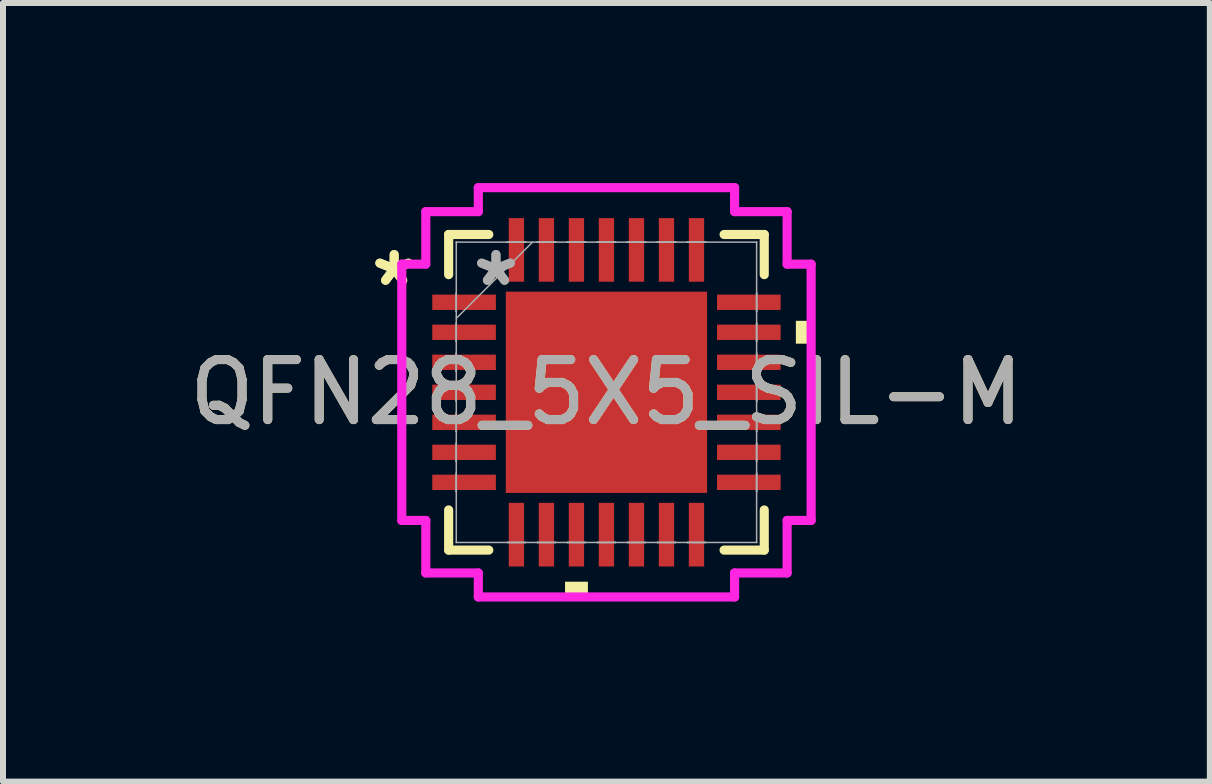
<source format=kicad_pcb>
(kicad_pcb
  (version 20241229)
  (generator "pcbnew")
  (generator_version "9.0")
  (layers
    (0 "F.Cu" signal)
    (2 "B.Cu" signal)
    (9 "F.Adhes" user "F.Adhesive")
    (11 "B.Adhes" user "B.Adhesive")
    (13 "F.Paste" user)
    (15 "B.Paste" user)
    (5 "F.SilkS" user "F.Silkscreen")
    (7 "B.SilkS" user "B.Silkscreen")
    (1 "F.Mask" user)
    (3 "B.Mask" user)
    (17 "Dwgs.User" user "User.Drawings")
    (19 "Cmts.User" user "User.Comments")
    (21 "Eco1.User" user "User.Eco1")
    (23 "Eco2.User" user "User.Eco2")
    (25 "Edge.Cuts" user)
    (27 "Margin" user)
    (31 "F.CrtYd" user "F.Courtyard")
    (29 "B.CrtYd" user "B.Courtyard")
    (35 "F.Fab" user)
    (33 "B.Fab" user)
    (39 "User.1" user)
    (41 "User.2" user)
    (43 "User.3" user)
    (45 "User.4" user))
  (footprint "QFN28_5X5_SIL-M"
    (layer "F.Cu")
    (at 7.054 3.486)
    (property "Reference" "QFN28_5X5_SIL-M" (at 0 0 0) (unlocked yes) (layer "F.SilkS") (effects (font (size 1 1) (thickness 0.15))))
    (attr smd)
    (fp_line (start -2.629 -2.629) (end -2.629 -1.96) (stroke (width 0.152) (type solid)) (layer "F.SilkS"))
    (fp_line (start -2.629 1.96) (end -2.629 2.629) (stroke (width 0.152) (type solid)) (layer "F.SilkS"))
    (fp_line (start -2.629 2.629) (end -1.96 2.629) (stroke (width 0.152) (type solid)) (layer "F.SilkS"))
    (fp_line (start -1.96 -2.629) (end -2.629 -2.629) (stroke (width 0.152) (type solid)) (layer "F.SilkS"))
    (fp_line (start 1.96 2.629) (end 2.629 2.629) (stroke (width 0.152) (type solid)) (layer "F.SilkS"))
    (fp_line (start 2.629 -2.629) (end 1.96 -2.629) (stroke (width 0.152) (type solid)) (layer "F.SilkS"))
    (fp_line (start 2.629 -1.96) (end 2.629 -2.629) (stroke (width 0.152) (type solid)) (layer "F.SilkS"))
    (fp_line (start 2.629 2.629) (end 2.629 1.96) (stroke (width 0.152) (type solid)) (layer "F.SilkS"))
    (fp_poly (pts (xy -0.69 3.156) (xy -0.69 3.41) (xy -0.309 3.41) (xy -0.309 3.156)) (stroke (width 0) (type solid)) (fill yes) (layer "F.SilkS"))
    (fp_poly (pts (xy 3.41 -1.191) (xy 3.41 -0.81) (xy 3.156 -0.81) (xy 3.156 -1.191)) (stroke (width 0) (type solid)) (fill yes) (layer "F.SilkS"))
    (fp_poly (pts (xy -1.576 -1.576) (xy -1.576 -0.1) (xy -0.1 -0.1) (xy -0.1 -1.576)) (stroke (width 0) (type solid)) (fill yes) (layer "F.Paste"))
    (fp_poly (pts (xy -1.576 0.1) (xy -1.576 1.576) (xy -0.1 1.576) (xy -0.1 0.1)) (stroke (width 0) (type solid)) (fill yes) (layer "F.Paste"))
    (fp_poly (pts (xy 0.1 -1.576) (xy 0.1 -0.1) (xy 1.576 -0.1) (xy 1.576 -1.576)) (stroke (width 0) (type solid)) (fill yes) (layer "F.Paste"))
    (fp_poly (pts (xy 0.1 0.1) (xy 0.1 1.576) (xy 1.576 1.576) (xy 1.576 0.1)) (stroke (width 0) (type solid)) (fill yes) (layer "F.Paste"))
    (fp_line (start -3.41 -2.135) (end -3.01 -2.135) (stroke (width 0.152) (type solid)) (layer "F.CrtYd"))
    (fp_line (start -3.41 2.135) (end -3.41 -2.135) (stroke (width 0.152) (type solid)) (layer "F.CrtYd"))
    (fp_line (start -3.01 -3.01) (end -2.135 -3.01) (stroke (width 0.152) (type solid)) (layer "F.CrtYd"))
    (fp_line (start -3.01 -2.135) (end -3.01 -3.01) (stroke (width 0.152) (type solid)) (layer "F.CrtYd"))
    (fp_line (start -3.01 2.135) (end -3.41 2.135) (stroke (width 0.152) (type solid)) (layer "F.CrtYd"))
    (fp_line (start -3.01 3.01) (end -3.01 2.135) (stroke (width 0.152) (type solid)) (layer "F.CrtYd"))
    (fp_line (start -2.135 -3.41) (end 2.135 -3.41) (stroke (width 0.152) (type solid)) (layer "F.CrtYd"))
    (fp_line (start -2.135 -3.01) (end -2.135 -3.41) (stroke (width 0.152) (type solid)) (layer "F.CrtYd"))
    (fp_line (start -2.135 3.01) (end -3.01 3.01) (stroke (width 0.152) (type solid)) (layer "F.CrtYd"))
    (fp_line (start -2.135 3.41) (end -2.135 3.01) (stroke (width 0.152) (type solid)) (layer "F.CrtYd"))
    (fp_line (start 2.135 -3.41) (end 2.135 -3.01) (stroke (width 0.152) (type solid)) (layer "F.CrtYd"))
    (fp_line (start 2.135 -3.01) (end 3.01 -3.01) (stroke (width 0.152) (type solid)) (layer "F.CrtYd"))
    (fp_line (start 2.135 3.01) (end 2.135 3.41) (stroke (width 0.152) (type solid)) (layer "F.CrtYd"))
    (fp_line (start 2.135 3.41) (end -2.135 3.41) (stroke (width 0.152) (type solid)) (layer "F.CrtYd"))
    (fp_line (start 3.01 -3.01) (end 3.01 -2.135) (stroke (width 0.152) (type solid)) (layer "F.CrtYd"))
    (fp_line (start 3.01 -2.135) (end 3.41 -2.135) (stroke (width 0.152) (type solid)) (layer "F.CrtYd"))
    (fp_line (start 3.01 2.135) (end 3.01 3.01) (stroke (width 0.152) (type solid)) (layer "F.CrtYd"))
    (fp_line (start 3.01 3.01) (end 2.135 3.01) (stroke (width 0.152) (type solid)) (layer "F.CrtYd"))
    (fp_line (start 3.41 -2.135) (end 3.41 2.135) (stroke (width 0.152) (type solid)) (layer "F.CrtYd"))
    (fp_line (start 3.41 2.135) (end 3.01 2.135) (stroke (width 0.152) (type solid)) (layer "F.CrtYd"))
    (fp_line (start -2.502 -2.502) (end -2.502 -2.502) (stroke (width 0.025) (type solid)) (layer "F.Fab"))
    (fp_line (start -2.502 -2.502) (end -2.502 2.502) (stroke (width 0.025) (type solid)) (layer "F.Fab"))
    (fp_line (start -2.502 -1.652) (end -2.502 -1.652) (stroke (width 0.025) (type solid)) (layer "F.Fab"))
    (fp_line (start -2.502 -1.652) (end -2.502 -1.348) (stroke (width 0.025) (type solid)) (layer "F.Fab"))
    (fp_line (start -2.502 -1.348) (end -2.502 -1.652) (stroke (width 0.025) (type solid)) (layer "F.Fab"))
    (fp_line (start -2.502 -1.348) (end -2.502 -1.348) (stroke (width 0.025) (type solid)) (layer "F.Fab"))
    (fp_line (start -2.502 -1.232) (end -1.232 -2.502) (stroke (width 0.025) (type solid)) (layer "F.Fab"))
    (fp_line (start -2.502 -1.152) (end -2.502 -1.152) (stroke (width 0.025) (type solid)) (layer "F.Fab"))
    (fp_line (start -2.502 -1.152) (end -2.502 -0.848) (stroke (width 0.025) (type solid)) (layer "F.Fab"))
    (fp_line (start -2.502 -0.848) (end -2.502 -1.152) (stroke (width 0.025) (type solid)) (layer "F.Fab"))
    (fp_line (start -2.502 -0.848) (end -2.502 -0.848) (stroke (width 0.025) (type solid)) (layer "F.Fab"))
    (fp_line (start -2.502 -0.652) (end -2.502 -0.652) (stroke (width 0.025) (type solid)) (layer "F.Fab"))
    (fp_line (start -2.502 -0.652) (end -2.502 -0.348) (stroke (width 0.025) (type solid)) (layer "F.Fab"))
    (fp_line (start -2.502 -0.348) (end -2.502 -0.652) (stroke (width 0.025) (type solid)) (layer "F.Fab"))
    (fp_line (start -2.502 -0.348) (end -2.502 -0.348) (stroke (width 0.025) (type solid)) (layer "F.Fab"))
    (fp_line (start -2.502 -0.152) (end -2.502 -0.152) (stroke (width 0.025) (type solid)) (layer "F.Fab"))
    (fp_line (start -2.502 -0.152) (end -2.502 0.152) (stroke (width 0.025) (type solid)) (layer "F.Fab"))
    (fp_line (start -2.502 0.152) (end -2.502 -0.152) (stroke (width 0.025) (type solid)) (layer "F.Fab"))
    (fp_line (start -2.502 0.152) (end -2.502 0.152) (stroke (width 0.025) (type solid)) (layer "F.Fab"))
    (fp_line (start -2.502 0.348) (end -2.502 0.348) (stroke (width 0.025) (type solid)) (layer "F.Fab"))
    (fp_line (start -2.502 0.348) (end -2.502 0.652) (stroke (width 0.025) (type solid)) (layer "F.Fab"))
    (fp_line (start -2.502 0.652) (end -2.502 0.348) (stroke (width 0.025) (type solid)) (layer "F.Fab"))
    (fp_line (start -2.502 0.652) (end -2.502 0.652) (stroke (width 0.025) (type solid)) (layer "F.Fab"))
    (fp_line (start -2.502 0.848) (end -2.502 0.848) (stroke (width 0.025) (type solid)) (layer "F.Fab"))
    (fp_line (start -2.502 0.848) (end -2.502 1.152) (stroke (width 0.025) (type solid)) (layer "F.Fab"))
    (fp_line (start -2.502 1.152) (end -2.502 0.848) (stroke (width 0.025) (type solid)) (layer "F.Fab"))
    (fp_line (start -2.502 1.152) (end -2.502 1.152) (stroke (width 0.025) (type solid)) (layer "F.Fab"))
    (fp_line (start -2.502 1.348) (end -2.502 1.348) (stroke (width 0.025) (type solid)) (layer "F.Fab"))
    (fp_line (start -2.502 1.348) (end -2.502 1.652) (stroke (width 0.025) (type solid)) (layer "F.Fab"))
    (fp_line (start -2.502 1.652) (end -2.502 1.348) (stroke (width 0.025) (type solid)) (layer "F.Fab"))
    (fp_line (start -2.502 1.652) (end -2.502 1.652) (stroke (width 0.025) (type solid)) (layer "F.Fab"))
    (fp_line (start -2.502 2.502) (end -2.502 2.502) (stroke (width 0.025) (type solid)) (layer "F.Fab"))
    (fp_line (start -2.502 2.502) (end 2.502 2.502) (stroke (width 0.025) (type solid)) (layer "F.Fab"))
    (fp_line (start -1.652 -2.502) (end -1.652 -2.502) (stroke (width 0.025) (type solid)) (layer "F.Fab"))
    (fp_line (start -1.652 -2.502) (end -1.348 -2.502) (stroke (width 0.025) (type solid)) (layer "F.Fab"))
    (fp_line (start -1.652 2.502) (end -1.652 2.502) (stroke (width 0.025) (type solid)) (layer "F.Fab"))
    (fp_line (start -1.652 2.502) (end -1.348 2.502) (stroke (width 0.025) (type solid)) (layer "F.Fab"))
    (fp_line (start -1.348 -2.502) (end -1.652 -2.502) (stroke (width 0.025) (type solid)) (layer "F.Fab"))
    (fp_line (start -1.348 -2.502) (end -1.348 -2.502) (stroke (width 0.025) (type solid)) (layer "F.Fab"))
    (fp_line (start -1.348 2.502) (end -1.652 2.502) (stroke (width 0.025) (type solid)) (layer "F.Fab"))
    (fp_line (start -1.348 2.502) (end -1.348 2.502) (stroke (width 0.025) (type solid)) (layer "F.Fab"))
    (fp_line (start -1.152 -2.502) (end -1.152 -2.502) (stroke (width 0.025) (type solid)) (layer "F.Fab"))
    (fp_line (start -1.152 -2.502) (end -0.848 -2.502) (stroke (width 0.025) (type solid)) (layer "F.Fab"))
    (fp_line (start -1.152 2.502) (end -1.152 2.502) (stroke (width 0.025) (type solid)) (layer "F.Fab"))
    (fp_line (start -1.152 2.502) (end -0.848 2.502) (stroke (width 0.025) (type solid)) (layer "F.Fab"))
    (fp_line (start -0.848 -2.502) (end -1.152 -2.502) (stroke (width 0.025) (type solid)) (layer "F.Fab"))
    (fp_line (start -0.848 -2.502) (end -0.848 -2.502) (stroke (width 0.025) (type solid)) (layer "F.Fab"))
    (fp_line (start -0.848 2.502) (end -1.152 2.502) (stroke (width 0.025) (type solid)) (layer "F.Fab"))
    (fp_line (start -0.848 2.502) (end -0.848 2.502) (stroke (width 0.025) (type solid)) (layer "F.Fab"))
    (fp_line (start -0.652 -2.502) (end -0.652 -2.502) (stroke (width 0.025) (type solid)) (layer "F.Fab"))
    (fp_line (start -0.652 -2.502) (end -0.348 -2.502) (stroke (width 0.025) (type solid)) (layer "F.Fab"))
    (fp_line (start -0.652 2.502) (end -0.652 2.502) (stroke (width 0.025) (type solid)) (layer "F.Fab"))
    (fp_line (start -0.652 2.502) (end -0.348 2.502) (stroke (width 0.025) (type solid)) (layer "F.Fab"))
    (fp_line (start -0.348 -2.502) (end -0.652 -2.502) (stroke (width 0.025) (type solid)) (layer "F.Fab"))
    (fp_line (start -0.348 -2.502) (end -0.348 -2.502) (stroke (width 0.025) (type solid)) (layer "F.Fab"))
    (fp_line (start -0.348 2.502) (end -0.652 2.502) (stroke (width 0.025) (type solid)) (layer "F.Fab"))
    (fp_line (start -0.348 2.502) (end -0.348 2.502) (stroke (width 0.025) (type solid)) (layer "F.Fab"))
    (fp_line (start -0.152 -2.502) (end -0.152 -2.502) (stroke (width 0.025) (type solid)) (layer "F.Fab"))
    (fp_line (start -0.152 -2.502) (end 0.152 -2.502) (stroke (width 0.025) (type solid)) (layer "F.Fab"))
    (fp_line (start -0.152 2.502) (end -0.152 2.502) (stroke (width 0.025) (type solid)) (layer "F.Fab"))
    (fp_line (start -0.152 2.502) (end 0.152 2.502) (stroke (width 0.025) (type solid)) (layer "F.Fab"))
    (fp_line (start 0.152 -2.502) (end -0.152 -2.502) (stroke (width 0.025) (type solid)) (layer "F.Fab"))
    (fp_line (start 0.152 -2.502) (end 0.152 -2.502) (stroke (width 0.025) (type solid)) (layer "F.Fab"))
    (fp_line (start 0.152 2.502) (end -0.152 2.502) (stroke (width 0.025) (type solid)) (layer "F.Fab"))
    (fp_line (start 0.152 2.502) (end 0.152 2.502) (stroke (width 0.025) (type solid)) (layer "F.Fab"))
    (fp_line (start 0.348 -2.502) (end 0.348 -2.502) (stroke (width 0.025) (type solid)) (layer "F.Fab"))
    (fp_line (start 0.348 -2.502) (end 0.652 -2.502) (stroke (width 0.025) (type solid)) (layer "F.Fab"))
    (fp_line (start 0.348 2.502) (end 0.348 2.502) (stroke (width 0.025) (type solid)) (layer "F.Fab"))
    (fp_line (start 0.348 2.502) (end 0.652 2.502) (stroke (width 0.025) (type solid)) (layer "F.Fab"))
    (fp_line (start 0.652 -2.502) (end 0.348 -2.502) (stroke (width 0.025) (type solid)) (layer "F.Fab"))
    (fp_line (start 0.652 -2.502) (end 0.652 -2.502) (stroke (width 0.025) (type solid)) (layer "F.Fab"))
    (fp_line (start 0.652 2.502) (end 0.348 2.502) (stroke (width 0.025) (type solid)) (layer "F.Fab"))
    (fp_line (start 0.652 2.502) (end 0.652 2.502) (stroke (width 0.025) (type solid)) (layer "F.Fab"))
    (fp_line (start 0.848 -2.502) (end 0.848 -2.502) (stroke (width 0.025) (type solid)) (layer "F.Fab"))
    (fp_line (start 0.848 -2.502) (end 1.152 -2.502) (stroke (width 0.025) (type solid)) (layer "F.Fab"))
    (fp_line (start 0.848 2.502) (end 0.848 2.502) (stroke (width 0.025) (type solid)) (layer "F.Fab"))
    (fp_line (start 0.848 2.502) (end 1.152 2.502) (stroke (width 0.025) (type solid)) (layer "F.Fab"))
    (fp_line (start 1.152 -2.502) (end 0.848 -2.502) (stroke (width 0.025) (type solid)) (layer "F.Fab"))
    (fp_line (start 1.152 -2.502) (end 1.152 -2.502) (stroke (width 0.025) (type solid)) (layer "F.Fab"))
    (fp_line (start 1.152 2.502) (end 0.848 2.502) (stroke (width 0.025) (type solid)) (layer "F.Fab"))
    (fp_line (start 1.152 2.502) (end 1.152 2.502) (stroke (width 0.025) (type solid)) (layer "F.Fab"))
    (fp_line (start 1.348 -2.502) (end 1.348 -2.502) (stroke (width 0.025) (type solid)) (layer "F.Fab"))
    (fp_line (start 1.348 -2.502) (end 1.652 -2.502) (stroke (width 0.025) (type solid)) (layer "F.Fab"))
    (fp_line (start 1.348 2.502) (end 1.348 2.502) (stroke (width 0.025) (type solid)) (layer "F.Fab"))
    (fp_line (start 1.348 2.502) (end 1.652 2.502) (stroke (width 0.025) (type solid)) (layer "F.Fab"))
    (fp_line (start 1.652 -2.502) (end 1.348 -2.502) (stroke (width 0.025) (type solid)) (layer "F.Fab"))
    (fp_line (start 1.652 -2.502) (end 1.652 -2.502) (stroke (width 0.025) (type solid)) (layer "F.Fab"))
    (fp_line (start 1.652 2.502) (end 1.348 2.502) (stroke (width 0.025) (type solid)) (layer "F.Fab"))
    (fp_line (start 1.652 2.502) (end 1.652 2.502) (stroke (width 0.025) (type solid)) (layer "F.Fab"))
    (fp_line (start 2.502 -2.502) (end -2.502 -2.502) (stroke (width 0.025) (type solid)) (layer "F.Fab"))
    (fp_line (start 2.502 -2.502) (end 2.502 -2.502) (stroke (width 0.025) (type solid)) (layer "F.Fab"))
    (fp_line (start 2.502 -1.652) (end 2.502 -1.652) (stroke (width 0.025) (type solid)) (layer "F.Fab"))
    (fp_line (start 2.502 -1.652) (end 2.502 -1.348) (stroke (width 0.025) (type solid)) (layer "F.Fab"))
    (fp_line (start 2.502 -1.348) (end 2.502 -1.652) (stroke (width 0.025) (type solid)) (layer "F.Fab"))
    (fp_line (start 2.502 -1.348) (end 2.502 -1.348) (stroke (width 0.025) (type solid)) (layer "F.Fab"))
    (fp_line (start 2.502 -1.152) (end 2.502 -1.152) (stroke (width 0.025) (type solid)) (layer "F.Fab"))
    (fp_line (start 2.502 -1.152) (end 2.502 -0.848) (stroke (width 0.025) (type solid)) (layer "F.Fab"))
    (fp_line (start 2.502 -0.848) (end 2.502 -1.152) (stroke (width 0.025) (type solid)) (layer "F.Fab"))
    (fp_line (start 2.502 -0.848) (end 2.502 -0.848) (stroke (width 0.025) (type solid)) (layer "F.Fab"))
    (fp_line (start 2.502 -0.652) (end 2.502 -0.652) (stroke (width 0.025) (type solid)) (layer "F.Fab"))
    (fp_line (start 2.502 -0.652) (end 2.502 -0.348) (stroke (width 0.025) (type solid)) (layer "F.Fab"))
    (fp_line (start 2.502 -0.348) (end 2.502 -0.652) (stroke (width 0.025) (type solid)) (layer "F.Fab"))
    (fp_line (start 2.502 -0.348) (end 2.502 -0.348) (stroke (width 0.025) (type solid)) (layer "F.Fab"))
    (fp_line (start 2.502 -0.152) (end 2.502 -0.152) (stroke (width 0.025) (type solid)) (layer "F.Fab"))
    (fp_line (start 2.502 -0.152) (end 2.502 0.152) (stroke (width 0.025) (type solid)) (layer "F.Fab"))
    (fp_line (start 2.502 0.152) (end 2.502 -0.152) (stroke (width 0.025) (type solid)) (layer "F.Fab"))
    (fp_line (start 2.502 0.152) (end 2.502 0.152) (stroke (width 0.025) (type solid)) (layer "F.Fab"))
    (fp_line (start 2.502 0.348) (end 2.502 0.348) (stroke (width 0.025) (type solid)) (layer "F.Fab"))
    (fp_line (start 2.502 0.348) (end 2.502 0.652) (stroke (width 0.025) (type solid)) (layer "F.Fab"))
    (fp_line (start 2.502 0.652) (end 2.502 0.348) (stroke (width 0.025) (type solid)) (layer "F.Fab"))
    (fp_line (start 2.502 0.652) (end 2.502 0.652) (stroke (width 0.025) (type solid)) (layer "F.Fab"))
    (fp_line (start 2.502 0.848) (end 2.502 0.848) (stroke (width 0.025) (type solid)) (layer "F.Fab"))
    (fp_line (start 2.502 0.848) (end 2.502 1.152) (stroke (width 0.025) (type solid)) (layer "F.Fab"))
    (fp_line (start 2.502 1.152) (end 2.502 0.848) (stroke (width 0.025) (type solid)) (layer "F.Fab"))
    (fp_line (start 2.502 1.152) (end 2.502 1.152) (stroke (width 0.025) (type solid)) (layer "F.Fab"))
    (fp_line (start 2.502 1.348) (end 2.502 1.348) (stroke (width 0.025) (type solid)) (layer "F.Fab"))
    (fp_line (start 2.502 1.348) (end 2.502 1.652) (stroke (width 0.025) (type solid)) (layer "F.Fab"))
    (fp_line (start 2.502 1.652) (end 2.502 1.348) (stroke (width 0.025) (type solid)) (layer "F.Fab"))
    (fp_line (start 2.502 1.652) (end 2.502 1.652) (stroke (width 0.025) (type solid)) (layer "F.Fab"))
    (fp_line (start 2.502 2.502) (end 2.502 -2.502) (stroke (width 0.025) (type solid)) (layer "F.Fab"))
    (fp_line (start 2.502 2.502) (end 2.502 2.502) (stroke (width 0.025) (type solid)) (layer "F.Fab"))
    (fp_text user "*" (at -3.537 -1.75 0) (unlocked yes) (layer "F.SilkS") (effects (font (size 1 1) (thickness 0.15))))
    (fp_text user "*" (at -3.537 -1.75 0) (layer "F.SilkS") (effects (font (size 1 1) (thickness 0.15))))
    (fp_text user "${REFERENCE}" (at 0 0 0) (unlocked yes) (layer "F.Fab") (effects (font (size 1 1) (thickness 0.15))))
    (fp_text user "*" (at -1.841 -1.75 0) (layer "F.Fab") (effects (font (size 1 1) (thickness 0.15))))
    (fp_text user "*" (at -1.841 -1.75 0) (unlocked yes) (layer "F.Fab") (effects (font (size 1 1) (thickness 0.15))))
    (pad "1" smd rect (at -2.372 -1.5 90) (size 0.255 1.06) (layers "F.Cu" "F.Mask" "F.Paste"))
    (pad "2" smd rect (at -2.372 -1 90) (size 0.255 1.06) (layers "F.Cu" "F.Mask" "F.Paste"))
    (pad "3" smd rect (at -2.372 -0.5 90) (size 0.255 1.06) (layers "F.Cu" "F.Mask" "F.Paste"))
    (pad "4" smd rect (at -2.372 0 90) (size 0.255 1.06) (layers "F.Cu" "F.Mask" "F.Paste"))
    (pad "5" smd rect (at -2.372 0.5 90) (size 0.255 1.06) (layers "F.Cu" "F.Mask" "F.Paste"))
    (pad "6" smd rect (at -2.372 1 90) (size 0.255 1.06) (layers "F.Cu" "F.Mask" "F.Paste"))
    (pad "7" smd rect (at -2.372 1.5 90) (size 0.255 1.06) (layers "F.Cu" "F.Mask" "F.Paste"))
    (pad "8" smd rect (at -1.5 2.372) (size 0.255 1.06) (layers "F.Cu" "F.Mask" "F.Paste"))
    (pad "9" smd rect (at -1 2.372) (size 0.255 1.06) (layers "F.Cu" "F.Mask" "F.Paste"))
    (pad "10" smd rect (at -0.5 2.372) (size 0.255 1.06) (layers "F.Cu" "F.Mask" "F.Paste"))
    (pad "11" smd rect (at 0 2.372) (size 0.255 1.06) (layers "F.Cu" "F.Mask" "F.Paste"))
    (pad "12" smd rect (at 0.5 2.372) (size 0.255 1.06) (layers "F.Cu" "F.Mask" "F.Paste"))
    (pad "13" smd rect (at 1 2.372) (size 0.255 1.06) (layers "F.Cu" "F.Mask" "F.Paste"))
    (pad "14" smd rect (at 1.5 2.372) (size 0.255 1.06) (layers "F.Cu" "F.Mask" "F.Paste"))
    (pad "15" smd rect (at 2.372 1.5 90) (size 0.255 1.06) (layers "F.Cu" "F.Mask" "F.Paste"))
    (pad "16" smd rect (at 2.372 1 90) (size 0.255 1.06) (layers "F.Cu" "F.Mask" "F.Paste"))
    (pad "17" smd rect (at 2.372 0.5 90) (size 0.255 1.06) (layers "F.Cu" "F.Mask" "F.Paste"))
    (pad "18" smd rect (at 2.372 0 90) (size 0.255 1.06) (layers "F.Cu" "F.Mask" "F.Paste"))
    (pad "19" smd rect (at 2.372 -0.5 90) (size 0.255 1.06) (layers "F.Cu" "F.Mask" "F.Paste"))
    (pad "20" smd rect (at 2.372 -1 90) (size 0.255 1.06) (layers "F.Cu" "F.Mask" "F.Paste"))
    (pad "21" smd rect (at 2.372 -1.5 90) (size 0.255 1.06) (layers "F.Cu" "F.Mask" "F.Paste"))
    (pad "22" smd rect (at 1.5 -2.372) (size 0.255 1.06) (layers "F.Cu" "F.Mask" "F.Paste"))
    (pad "23" smd rect (at 1 -2.372) (size 0.255 1.06) (layers "F.Cu" "F.Mask" "F.Paste"))
    (pad "24" smd rect (at 0.5 -2.372) (size 0.255 1.06) (layers "F.Cu" "F.Mask" "F.Paste"))
    (pad "25" smd rect (at 0 -2.372) (size 0.255 1.06) (layers "F.Cu" "F.Mask" "F.Paste"))
    (pad "26" smd rect (at -0.5 -2.372) (size 0.255 1.06) (layers "F.Cu" "F.Mask" "F.Paste"))
    (pad "27" smd rect (at -1 -2.372) (size 0.255 1.06) (layers "F.Cu" "F.Mask" "F.Paste"))
    (pad "28" smd rect (at -1.5 -2.372) (size 0.255 1.06) (layers "F.Cu" "F.Mask" "F.Paste"))
    (pad "29" smd rect (at 0 0) (size 3.353 3.353) (layers "F.Cu" "F.Mask")))
  (gr_rect
    (start -3 -3)
    (end 17.107 9.972)
    (stroke (width 0.1) (type default))
    (fill no)
    (layer "Edge.Cuts")))
</source>
